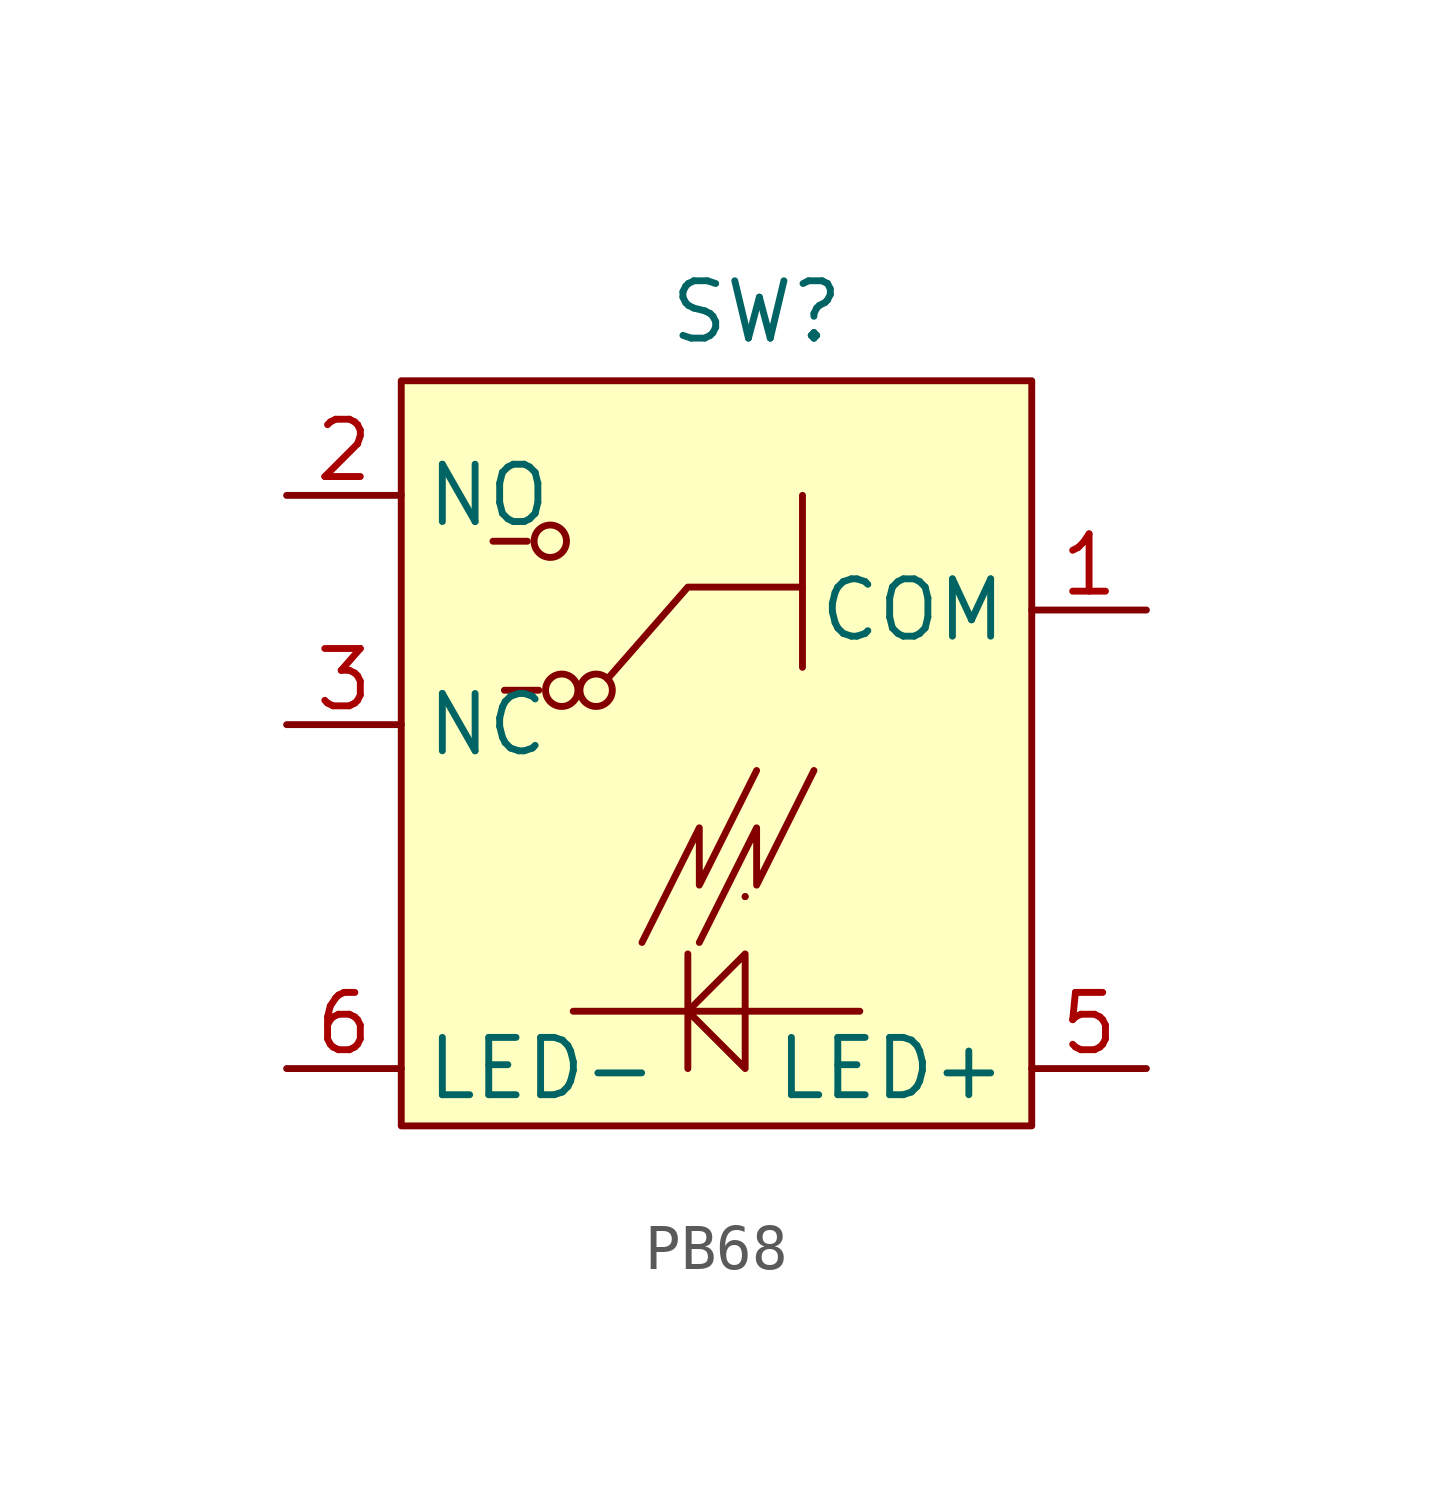
<source format=kicad_sym>
(kicad_symbol_lib
  (version 20231120)
  (generator "kicad_symbol_editor")
  (generator_version "8.0")
  (symbol "PB68"
    (property "Reference" "SW"
      (at 6.604 1.524 0)
      (effects (font (size 1.27 1.27))))
    (property "Value" ""
      (at 0 0 0)
      (effects (font (size 1.27 1.27))))
    (symbol "PB68_0_0"
      (pin passive line (at 15.24 -5.08 180) (length 2.54) (name "COM" (effects (font (size 1.27 1.27)))) (number "1" (effects (font (size 1.27 1.27)))))
      (pin passive line (at -3.81 -2.54 0) (length 2.54) (name "NO" (effects (font (size 1.27 1.27)))) (number "2" (effects (font (size 1.27 1.27)))))
      (pin passive line (at -3.81 -7.62 0) (length 2.54) (name "NC" (effects (font (size 1.27 1.27)))) (number "3" (effects (font (size 1.27 1.27)))))
      (pin input line (at 15.24 -15.24 180) (length 2.54) (name "LED+" (effects (font (size 1.27 1.27)))) (number "5" (effects (font (size 1.27 1.27)))))
      (pin power_in line (at -3.81 -15.24 0) (length 2.54) (name "LED-" (effects (font (size 1.27 1.27)))) (number "6" (effects (font (size 1.27 1.27))))))
    (symbol "PB68_0_1"
      (rectangle (start -1.27 0) (end 12.7 -16.51) (stroke (width 0) (type default)) (fill (type background)))
      (polyline (pts (xy 1.524 -3.556) (xy 0.762 -3.556)) (stroke (width 0) (type default)) (fill (type none)))
      (polyline (pts (xy 1.778 -6.858) (xy 1.016 -6.858)) (stroke (width 0) (type default)) (fill (type none)))
      (polyline (pts (xy 5.08 -15.24) (xy 5.08 -12.7)) (stroke (width 0) (type default)) (fill (type none)))
      (polyline (pts (xy 6.35 -11.43) (xy 6.35 -11.43)) (stroke (width 0) (type default)) (fill (type none)))
      (polyline (pts (xy 6.35 -11.43) (xy 6.35 -11.43)) (stroke (width 0) (type default)) (fill (type none)))
      (polyline (pts (xy 7.62 -2.54) (xy 7.62 -6.35)) (stroke (width 0) (type default)) (fill (type none)))
      (polyline (pts (xy 8.89 -13.97) (xy 2.54 -13.97)) (stroke (width 0) (type default)) (fill (type none)))
      (polyline (pts (xy 7.62 -4.572) (xy 5.08 -4.572) (xy 3.302 -6.604)) (stroke (width 0) (type default)) (fill (type none)))
      (polyline (pts (xy 4.064 -12.446) (xy 5.334 -9.906) (xy 5.334 -11.176) (xy 6.604 -8.636)) (stroke (width 0) (type default)) (fill (type none)))
      (polyline (pts (xy 5.08 -13.97) (xy 6.35 -12.7) (xy 6.35 -15.24) (xy 5.08 -13.97)) (stroke (width 0) (type default)) (fill (type none)))
      (polyline (pts (xy 5.334 -12.446) (xy 6.604 -9.906) (xy 6.604 -11.176) (xy 7.874 -8.636)) (stroke (width 0) (type default)) (fill (type none)))
      (circle (center 2.032 -3.556) (radius 0.359) (stroke (width 0) (type default)) (fill (type none)))
      (circle (center 2.286 -6.858) (radius 0.359) (stroke (width 0) (type default)) (fill (type none)))
      (circle (center 3.048 -6.858) (radius 0.359) (stroke (width 0) (type default)) (fill (type none))))))
</source>
